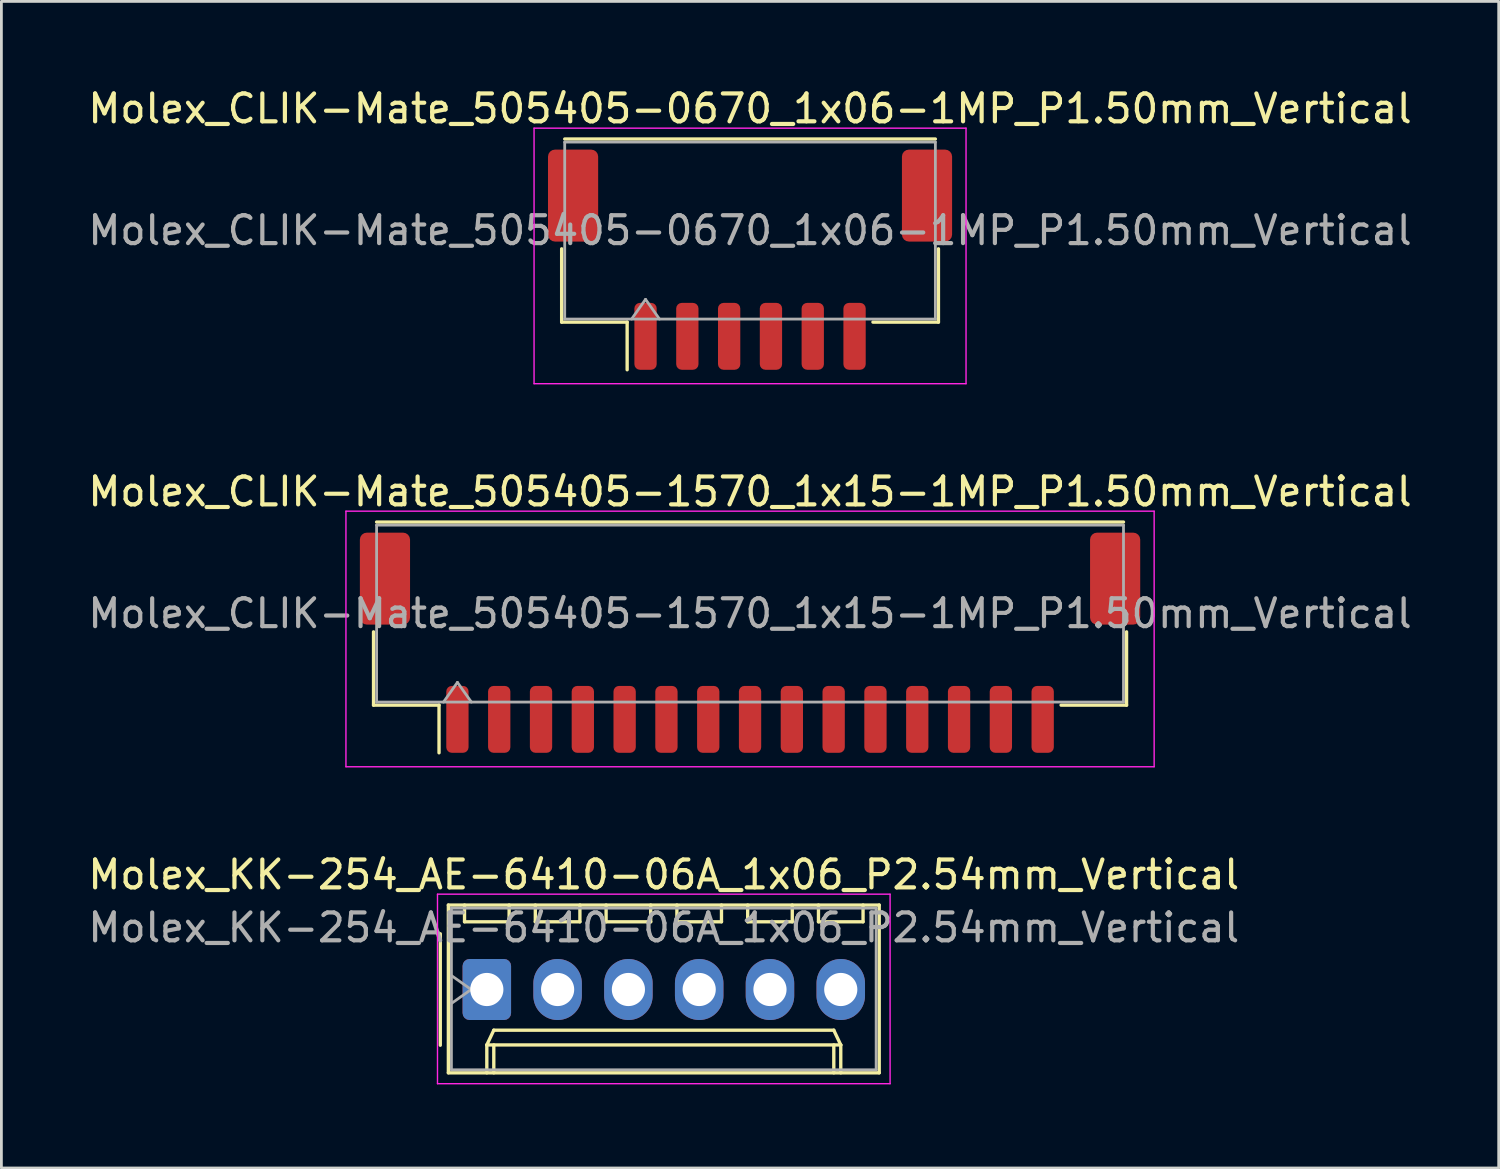
<source format=kicad_pcb>
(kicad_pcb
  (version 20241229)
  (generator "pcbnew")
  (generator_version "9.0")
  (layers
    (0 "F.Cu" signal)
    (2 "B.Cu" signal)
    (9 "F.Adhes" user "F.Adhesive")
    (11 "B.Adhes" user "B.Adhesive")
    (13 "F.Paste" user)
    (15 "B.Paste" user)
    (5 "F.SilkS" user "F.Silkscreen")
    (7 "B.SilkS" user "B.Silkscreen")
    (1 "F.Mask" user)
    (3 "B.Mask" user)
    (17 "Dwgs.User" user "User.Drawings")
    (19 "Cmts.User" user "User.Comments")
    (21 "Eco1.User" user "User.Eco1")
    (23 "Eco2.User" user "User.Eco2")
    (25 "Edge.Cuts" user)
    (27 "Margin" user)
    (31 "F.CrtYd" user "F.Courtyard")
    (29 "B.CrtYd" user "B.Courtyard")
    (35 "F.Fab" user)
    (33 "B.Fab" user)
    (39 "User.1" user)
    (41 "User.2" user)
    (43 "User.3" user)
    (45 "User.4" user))
  (footprint "Molex_CLIK-Mate_505405-0670_1x06-1MP_P1.50mm_Vertical"
    (layer "F.Cu")
    (at 23.863 6.268)
    (property "Reference" "Molex_CLIK-Mate_505405-0670_1x06-1MP_P1.50mm_Vertical" (at 0 -5.42 0) (layer "F.SilkS") (effects (font (size 1 1) (thickness 0.15))))
    (attr smd)
    (fp_line (start -6.76 -0.39) (end -6.76 2.24) (stroke (width 0.12) (type solid)) (layer "F.SilkS"))
    (fp_line (start -6.76 2.24) (end -4.41 2.24) (stroke (width 0.12) (type solid)) (layer "F.SilkS"))
    (fp_line (start -6.65 -4.33) (end 6.65 -4.33) (stroke (width 0.12) (type solid)) (layer "F.SilkS"))
    (fp_line (start -4.41 2.24) (end -4.41 3.95) (stroke (width 0.12) (type solid)) (layer "F.SilkS"))
    (fp_line (start 6.76 -0.39) (end 6.76 2.24) (stroke (width 0.12) (type solid)) (layer "F.SilkS"))
    (fp_line (start 6.76 2.24) (end 4.41 2.24) (stroke (width 0.12) (type solid)) (layer "F.SilkS"))
    (fp_line (start -7.75 -4.72) (end -7.75 4.45) (stroke (width 0.05) (type solid)) (layer "F.CrtYd"))
    (fp_line (start -7.75 4.45) (end 7.75 4.45) (stroke (width 0.05) (type solid)) (layer "F.CrtYd"))
    (fp_line (start 7.75 -4.72) (end -7.75 -4.72) (stroke (width 0.05) (type solid)) (layer "F.CrtYd"))
    (fp_line (start 7.75 4.45) (end 7.75 -4.72) (stroke (width 0.05) (type solid)) (layer "F.CrtYd"))
    (fp_line (start -6.65 -4.22) (end 6.65 -4.22) (stroke (width 0.1) (type solid)) (layer "F.Fab"))
    (fp_line (start -6.65 2.13) (end -6.65 -4.22) (stroke (width 0.1) (type solid)) (layer "F.Fab"))
    (fp_line (start -6.65 2.13) (end 6.65 2.13) (stroke (width 0.1) (type solid)) (layer "F.Fab"))
    (fp_line (start -4.25 2.13) (end -3.75 1.423) (stroke (width 0.1) (type solid)) (layer "F.Fab"))
    (fp_line (start -3.75 1.423) (end -3.25 2.13) (stroke (width 0.1) (type solid)) (layer "F.Fab"))
    (fp_line (start 6.65 2.13) (end 6.65 -4.22) (stroke (width 0.1) (type solid)) (layer "F.Fab"))
    (fp_text user "${REFERENCE}" (at 0 -1.05 0) (layer "F.Fab") (effects (font (size 1 1) (thickness 0.15))))
    (pad "1" smd roundrect (at -3.75 2.75) (size 0.8 2.4) (layers "F.Cu" "F.Mask" "F.Paste") (roundrect_rratio 0.25))
    (pad "2" smd roundrect (at -2.25 2.75) (size 0.8 2.4) (layers "F.Cu" "F.Mask" "F.Paste") (roundrect_rratio 0.25))
    (pad "3" smd roundrect (at -0.75 2.75) (size 0.8 2.4) (layers "F.Cu" "F.Mask" "F.Paste") (roundrect_rratio 0.25))
    (pad "4" smd roundrect (at 0.75 2.75) (size 0.8 2.4) (layers "F.Cu" "F.Mask" "F.Paste") (roundrect_rratio 0.25))
    (pad "5" smd roundrect (at 2.25 2.75) (size 0.8 2.4) (layers "F.Cu" "F.Mask" "F.Paste") (roundrect_rratio 0.25))
    (pad "6" smd roundrect (at 3.75 2.75) (size 0.8 2.4) (layers "F.Cu" "F.Mask" "F.Paste") (roundrect_rratio 0.25))
    (pad "MP" smd roundrect (at -6.35 -2.3) (size 1.8 3.3) (layers "F.Cu" "F.Mask" "F.Paste") (roundrect_rratio 0.139))
    (pad "MP" smd roundrect (at 6.35 -2.3) (size 1.8 3.3) (layers "F.Cu" "F.Mask" "F.Paste") (roundrect_rratio 0.139)))
  (footprint "Molex_CLIK-Mate_505405-1570_1x15-1MP_P1.50mm_Vertical"
    (layer "F.Cu")
    (at 23.863 20.012)
    (property "Reference" "Molex_CLIK-Mate_505405-1570_1x15-1MP_P1.50mm_Vertical" (at 0 -5.42 0) (layer "F.SilkS") (effects (font (size 1 1) (thickness 0.15))))
    (attr smd)
    (fp_line (start -13.51 -0.39) (end -13.51 2.24) (stroke (width 0.12) (type solid)) (layer "F.SilkS"))
    (fp_line (start -13.51 2.24) (end -11.16 2.24) (stroke (width 0.12) (type solid)) (layer "F.SilkS"))
    (fp_line (start -13.4 -4.33) (end 13.4 -4.33) (stroke (width 0.12) (type solid)) (layer "F.SilkS"))
    (fp_line (start -11.16 2.24) (end -11.16 3.95) (stroke (width 0.12) (type solid)) (layer "F.SilkS"))
    (fp_line (start 13.51 -0.39) (end 13.51 2.24) (stroke (width 0.12) (type solid)) (layer "F.SilkS"))
    (fp_line (start 13.51 2.24) (end 11.16 2.24) (stroke (width 0.12) (type solid)) (layer "F.SilkS"))
    (fp_line (start -14.5 -4.72) (end -14.5 4.45) (stroke (width 0.05) (type solid)) (layer "F.CrtYd"))
    (fp_line (start -14.5 4.45) (end 14.5 4.45) (stroke (width 0.05) (type solid)) (layer "F.CrtYd"))
    (fp_line (start 14.5 -4.72) (end -14.5 -4.72) (stroke (width 0.05) (type solid)) (layer "F.CrtYd"))
    (fp_line (start 14.5 4.45) (end 14.5 -4.72) (stroke (width 0.05) (type solid)) (layer "F.CrtYd"))
    (fp_line (start -13.4 -4.22) (end 13.4 -4.22) (stroke (width 0.1) (type solid)) (layer "F.Fab"))
    (fp_line (start -13.4 2.13) (end -13.4 -4.22) (stroke (width 0.1) (type solid)) (layer "F.Fab"))
    (fp_line (start -13.4 2.13) (end 13.4 2.13) (stroke (width 0.1) (type solid)) (layer "F.Fab"))
    (fp_line (start -11 2.13) (end -10.5 1.423) (stroke (width 0.1) (type solid)) (layer "F.Fab"))
    (fp_line (start -10.5 1.423) (end -10 2.13) (stroke (width 0.1) (type solid)) (layer "F.Fab"))
    (fp_line (start 13.4 2.13) (end 13.4 -4.22) (stroke (width 0.1) (type solid)) (layer "F.Fab"))
    (fp_text user "${REFERENCE}" (at 0 -1.05 0) (layer "F.Fab") (effects (font (size 1 1) (thickness 0.15))))
    (pad "1" smd roundrect (at -10.5 2.75) (size 0.8 2.4) (layers "F.Cu" "F.Mask" "F.Paste") (roundrect_rratio 0.25))
    (pad "2" smd roundrect (at -9 2.75) (size 0.8 2.4) (layers "F.Cu" "F.Mask" "F.Paste") (roundrect_rratio 0.25))
    (pad "3" smd roundrect (at -7.5 2.75) (size 0.8 2.4) (layers "F.Cu" "F.Mask" "F.Paste") (roundrect_rratio 0.25))
    (pad "4" smd roundrect (at -6 2.75) (size 0.8 2.4) (layers "F.Cu" "F.Mask" "F.Paste") (roundrect_rratio 0.25))
    (pad "5" smd roundrect (at -4.5 2.75) (size 0.8 2.4) (layers "F.Cu" "F.Mask" "F.Paste") (roundrect_rratio 0.25))
    (pad "6" smd roundrect (at -3 2.75) (size 0.8 2.4) (layers "F.Cu" "F.Mask" "F.Paste") (roundrect_rratio 0.25))
    (pad "7" smd roundrect (at -1.5 2.75) (size 0.8 2.4) (layers "F.Cu" "F.Mask" "F.Paste") (roundrect_rratio 0.25))
    (pad "8" smd roundrect (at 0 2.75) (size 0.8 2.4) (layers "F.Cu" "F.Mask" "F.Paste") (roundrect_rratio 0.25))
    (pad "9" smd roundrect (at 1.5 2.75) (size 0.8 2.4) (layers "F.Cu" "F.Mask" "F.Paste") (roundrect_rratio 0.25))
    (pad "10" smd roundrect (at 3 2.75) (size 0.8 2.4) (layers "F.Cu" "F.Mask" "F.Paste") (roundrect_rratio 0.25))
    (pad "11" smd roundrect (at 4.5 2.75) (size 0.8 2.4) (layers "F.Cu" "F.Mask" "F.Paste") (roundrect_rratio 0.25))
    (pad "12" smd roundrect (at 6 2.75) (size 0.8 2.4) (layers "F.Cu" "F.Mask" "F.Paste") (roundrect_rratio 0.25))
    (pad "13" smd roundrect (at 7.5 2.75) (size 0.8 2.4) (layers "F.Cu" "F.Mask" "F.Paste") (roundrect_rratio 0.25))
    (pad "14" smd roundrect (at 9 2.75) (size 0.8 2.4) (layers "F.Cu" "F.Mask" "F.Paste") (roundrect_rratio 0.25))
    (pad "15" smd roundrect (at 10.5 2.75) (size 0.8 2.4) (layers "F.Cu" "F.Mask" "F.Paste") (roundrect_rratio 0.25))
    (pad "MP" smd roundrect (at -13.1 -2.3) (size 1.8 3.3) (layers "F.Cu" "F.Mask" "F.Paste") (roundrect_rratio 0.139))
    (pad "MP" smd roundrect (at 13.1 -2.3) (size 1.8 3.3) (layers "F.Cu" "F.Mask" "F.Paste") (roundrect_rratio 0.139)))
  (footprint "Molex_KK-254_AE-6410-06A_1x06_P2.54mm_Vertical"
    (layer "F.Cu")
    (at 14.418 32.455)
    (property "Reference" "Molex_KK-254_AE-6410-06A_1x06_P2.54mm_Vertical" (at 6.35 -4.12 0) (layer "F.SilkS") (effects (font (size 1 1) (thickness 0.15))))
    (attr through_hole)
    (fp_line (start -1.67 -2) (end -1.67 2) (stroke (width 0.12) (type solid)) (layer "F.SilkS"))
    (fp_line (start -1.38 -3.03) (end -1.38 2.99) (stroke (width 0.12) (type solid)) (layer "F.SilkS"))
    (fp_line (start -1.38 2.99) (end 14.08 2.99) (stroke (width 0.12) (type solid)) (layer "F.SilkS"))
    (fp_line (start -0.8 -3.03) (end -0.8 -2.43) (stroke (width 0.12) (type solid)) (layer "F.SilkS"))
    (fp_line (start -0.8 -2.43) (end 0.8 -2.43) (stroke (width 0.12) (type solid)) (layer "F.SilkS"))
    (fp_line (start 0 1.99) (end 0.25 1.46) (stroke (width 0.12) (type solid)) (layer "F.SilkS"))
    (fp_line (start 0 1.99) (end 12.7 1.99) (stroke (width 0.12) (type solid)) (layer "F.SilkS"))
    (fp_line (start 0 2.99) (end 0 1.99) (stroke (width 0.12) (type solid)) (layer "F.SilkS"))
    (fp_line (start 0.25 1.46) (end 12.45 1.46) (stroke (width 0.12) (type solid)) (layer "F.SilkS"))
    (fp_line (start 0.25 2.99) (end 0.25 1.99) (stroke (width 0.12) (type solid)) (layer "F.SilkS"))
    (fp_line (start 0.8 -2.43) (end 0.8 -3.03) (stroke (width 0.12) (type solid)) (layer "F.SilkS"))
    (fp_line (start 1.74 -3.03) (end 1.74 -2.43) (stroke (width 0.12) (type solid)) (layer "F.SilkS"))
    (fp_line (start 1.74 -2.43) (end 3.34 -2.43) (stroke (width 0.12) (type solid)) (layer "F.SilkS"))
    (fp_line (start 3.34 -2.43) (end 3.34 -3.03) (stroke (width 0.12) (type solid)) (layer "F.SilkS"))
    (fp_line (start 4.28 -3.03) (end 4.28 -2.43) (stroke (width 0.12) (type solid)) (layer "F.SilkS"))
    (fp_line (start 4.28 -2.43) (end 5.88 -2.43) (stroke (width 0.12) (type solid)) (layer "F.SilkS"))
    (fp_line (start 5.88 -2.43) (end 5.88 -3.03) (stroke (width 0.12) (type solid)) (layer "F.SilkS"))
    (fp_line (start 6.82 -3.03) (end 6.82 -2.43) (stroke (width 0.12) (type solid)) (layer "F.SilkS"))
    (fp_line (start 6.82 -2.43) (end 8.42 -2.43) (stroke (width 0.12) (type solid)) (layer "F.SilkS"))
    (fp_line (start 8.42 -2.43) (end 8.42 -3.03) (stroke (width 0.12) (type solid)) (layer "F.SilkS"))
    (fp_line (start 9.36 -3.03) (end 9.36 -2.43) (stroke (width 0.12) (type solid)) (layer "F.SilkS"))
    (fp_line (start 9.36 -2.43) (end 10.96 -2.43) (stroke (width 0.12) (type solid)) (layer "F.SilkS"))
    (fp_line (start 10.96 -2.43) (end 10.96 -3.03) (stroke (width 0.12) (type solid)) (layer "F.SilkS"))
    (fp_line (start 11.9 -3.03) (end 11.9 -2.43) (stroke (width 0.12) (type solid)) (layer "F.SilkS"))
    (fp_line (start 11.9 -2.43) (end 13.5 -2.43) (stroke (width 0.12) (type solid)) (layer "F.SilkS"))
    (fp_line (start 12.45 1.46) (end 12.7 1.99) (stroke (width 0.12) (type solid)) (layer "F.SilkS"))
    (fp_line (start 12.45 2.99) (end 12.45 1.99) (stroke (width 0.12) (type solid)) (layer "F.SilkS"))
    (fp_line (start 12.7 1.99) (end 12.7 2.99) (stroke (width 0.12) (type solid)) (layer "F.SilkS"))
    (fp_line (start 13.5 -2.43) (end 13.5 -3.03) (stroke (width 0.12) (type solid)) (layer "F.SilkS"))
    (fp_line (start 14.08 -3.03) (end -1.38 -3.03) (stroke (width 0.12) (type solid)) (layer "F.SilkS"))
    (fp_line (start 14.08 2.99) (end 14.08 -3.03) (stroke (width 0.12) (type solid)) (layer "F.SilkS"))
    (fp_line (start -1.77 -3.42) (end -1.77 3.38) (stroke (width 0.05) (type solid)) (layer "F.CrtYd"))
    (fp_line (start -1.77 3.38) (end 14.47 3.38) (stroke (width 0.05) (type solid)) (layer "F.CrtYd"))
    (fp_line (start 14.47 -3.42) (end -1.77 -3.42) (stroke (width 0.05) (type solid)) (layer "F.CrtYd"))
    (fp_line (start 14.47 3.38) (end 14.47 -3.42) (stroke (width 0.05) (type solid)) (layer "F.CrtYd"))
    (fp_line (start -1.27 -2.92) (end -1.27 2.88) (stroke (width 0.1) (type solid)) (layer "F.Fab"))
    (fp_line (start -1.27 -0.5) (end -0.563 0) (stroke (width 0.1) (type solid)) (layer "F.Fab"))
    (fp_line (start -1.27 2.88) (end 13.97 2.88) (stroke (width 0.1) (type solid)) (layer "F.Fab"))
    (fp_line (start -0.563 0) (end -1.27 0.5) (stroke (width 0.1) (type solid)) (layer "F.Fab"))
    (fp_line (start 13.97 -2.92) (end -1.27 -2.92) (stroke (width 0.1) (type solid)) (layer "F.Fab"))
    (fp_line (start 13.97 2.88) (end 13.97 -2.92) (stroke (width 0.1) (type solid)) (layer "F.Fab"))
    (fp_text user "${REFERENCE}" (at 6.35 -2.22 0) (layer "F.Fab") (effects (font (size 1 1) (thickness 0.15))))
    (pad "1" thru_hole roundrect (at 0 0) (size 1.74 2.19) (drill 1.19) (layers "*.Cu" "*.Mask") (roundrect_rratio 0.144))
    (pad "2" thru_hole oval (at 2.54 0) (size 1.74 2.19) (drill 1.19) (layers "*.Cu" "*.Mask"))
    (pad "3" thru_hole oval (at 5.08 0) (size 1.74 2.19) (drill 1.19) (layers "*.Cu" "*.Mask"))
    (pad "4" thru_hole oval (at 7.62 0) (size 1.74 2.19) (drill 1.19) (layers "*.Cu" "*.Mask"))
    (pad "5" thru_hole oval (at 10.16 0) (size 1.74 2.19) (drill 1.19) (layers "*.Cu" "*.Mask"))
    (pad "6" thru_hole oval (at 12.7 0) (size 1.74 2.19) (drill 1.19) (layers "*.Cu" "*.Mask")))
  (gr_rect
    (start -3 -3)
    (end 50.726 38.86)
    (stroke (width 0.1) (type default))
    (fill no)
    (layer "Edge.Cuts")))
</source>
